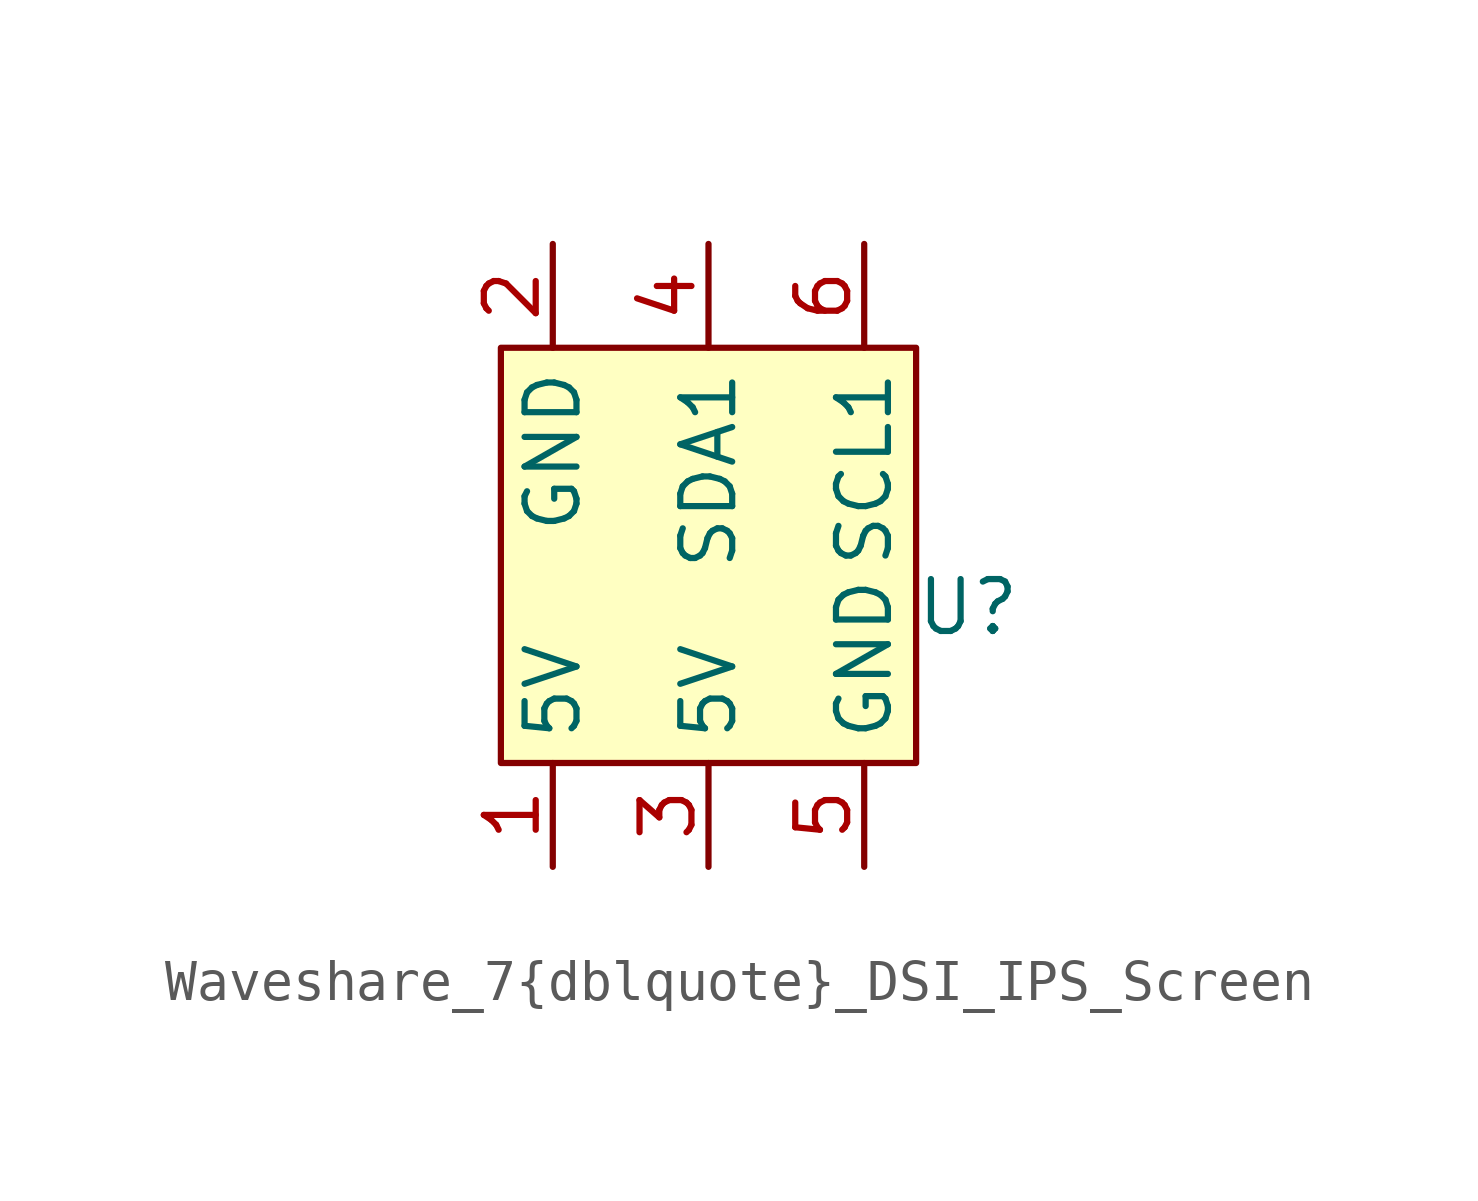
<source format=kicad_sym>
(kicad_symbol_lib
  (version 20220914)
  (generator kicad_symbol_editor)
  (symbol "Waveshare_7{dblquote}_DSI_IPS_Screen"
    (property "Reference" "U"
      (at 6.35 0 0)
      (effects (font (size 1.27 1.27))))
    (property "Value" ""
      (at 3.81 0 0)
      (effects (font (size 1.27 1.27))))
    (symbol "Waveshare_7{dblquote}_DSI_IPS_Screen_1_1"
      (rectangle (start -5.08 6.35) (end 5.08 -3.81) (stroke (width 0) (type default)) (fill (type background)))
      (pin unspecified line (at -3.81 -6.35 90) (length 2.54) (name "5V" (effects (font (size 1.27 1.27)))) (number "1" (effects (font (size 1.27 1.27)))))
      (pin unspecified line (at -3.81 8.89 270) (length 2.54) (name "GND" (effects (font (size 1.27 1.27)))) (number "2" (effects (font (size 1.27 1.27)))))
      (pin unspecified line (at 0 -6.35 90) (length 2.54) (name "5V" (effects (font (size 1.27 1.27)))) (number "3" (effects (font (size 1.27 1.27)))))
      (pin bidirectional line (at 0 8.89 270) (length 2.54) (name "SDA1" (effects (font (size 1.27 1.27)))) (number "4" (effects (font (size 1.27 1.27)))))
      (pin unspecified line (at 3.81 -6.35 90) (length 2.54) (name "GND" (effects (font (size 1.27 1.27)))) (number "5" (effects (font (size 1.27 1.27)))))
      (pin input line (at 3.81 8.89 270) (length 2.54) (name "SCL1" (effects (font (size 1.27 1.27)))) (number "6" (effects (font (size 1.27 1.27))))))))
</source>
